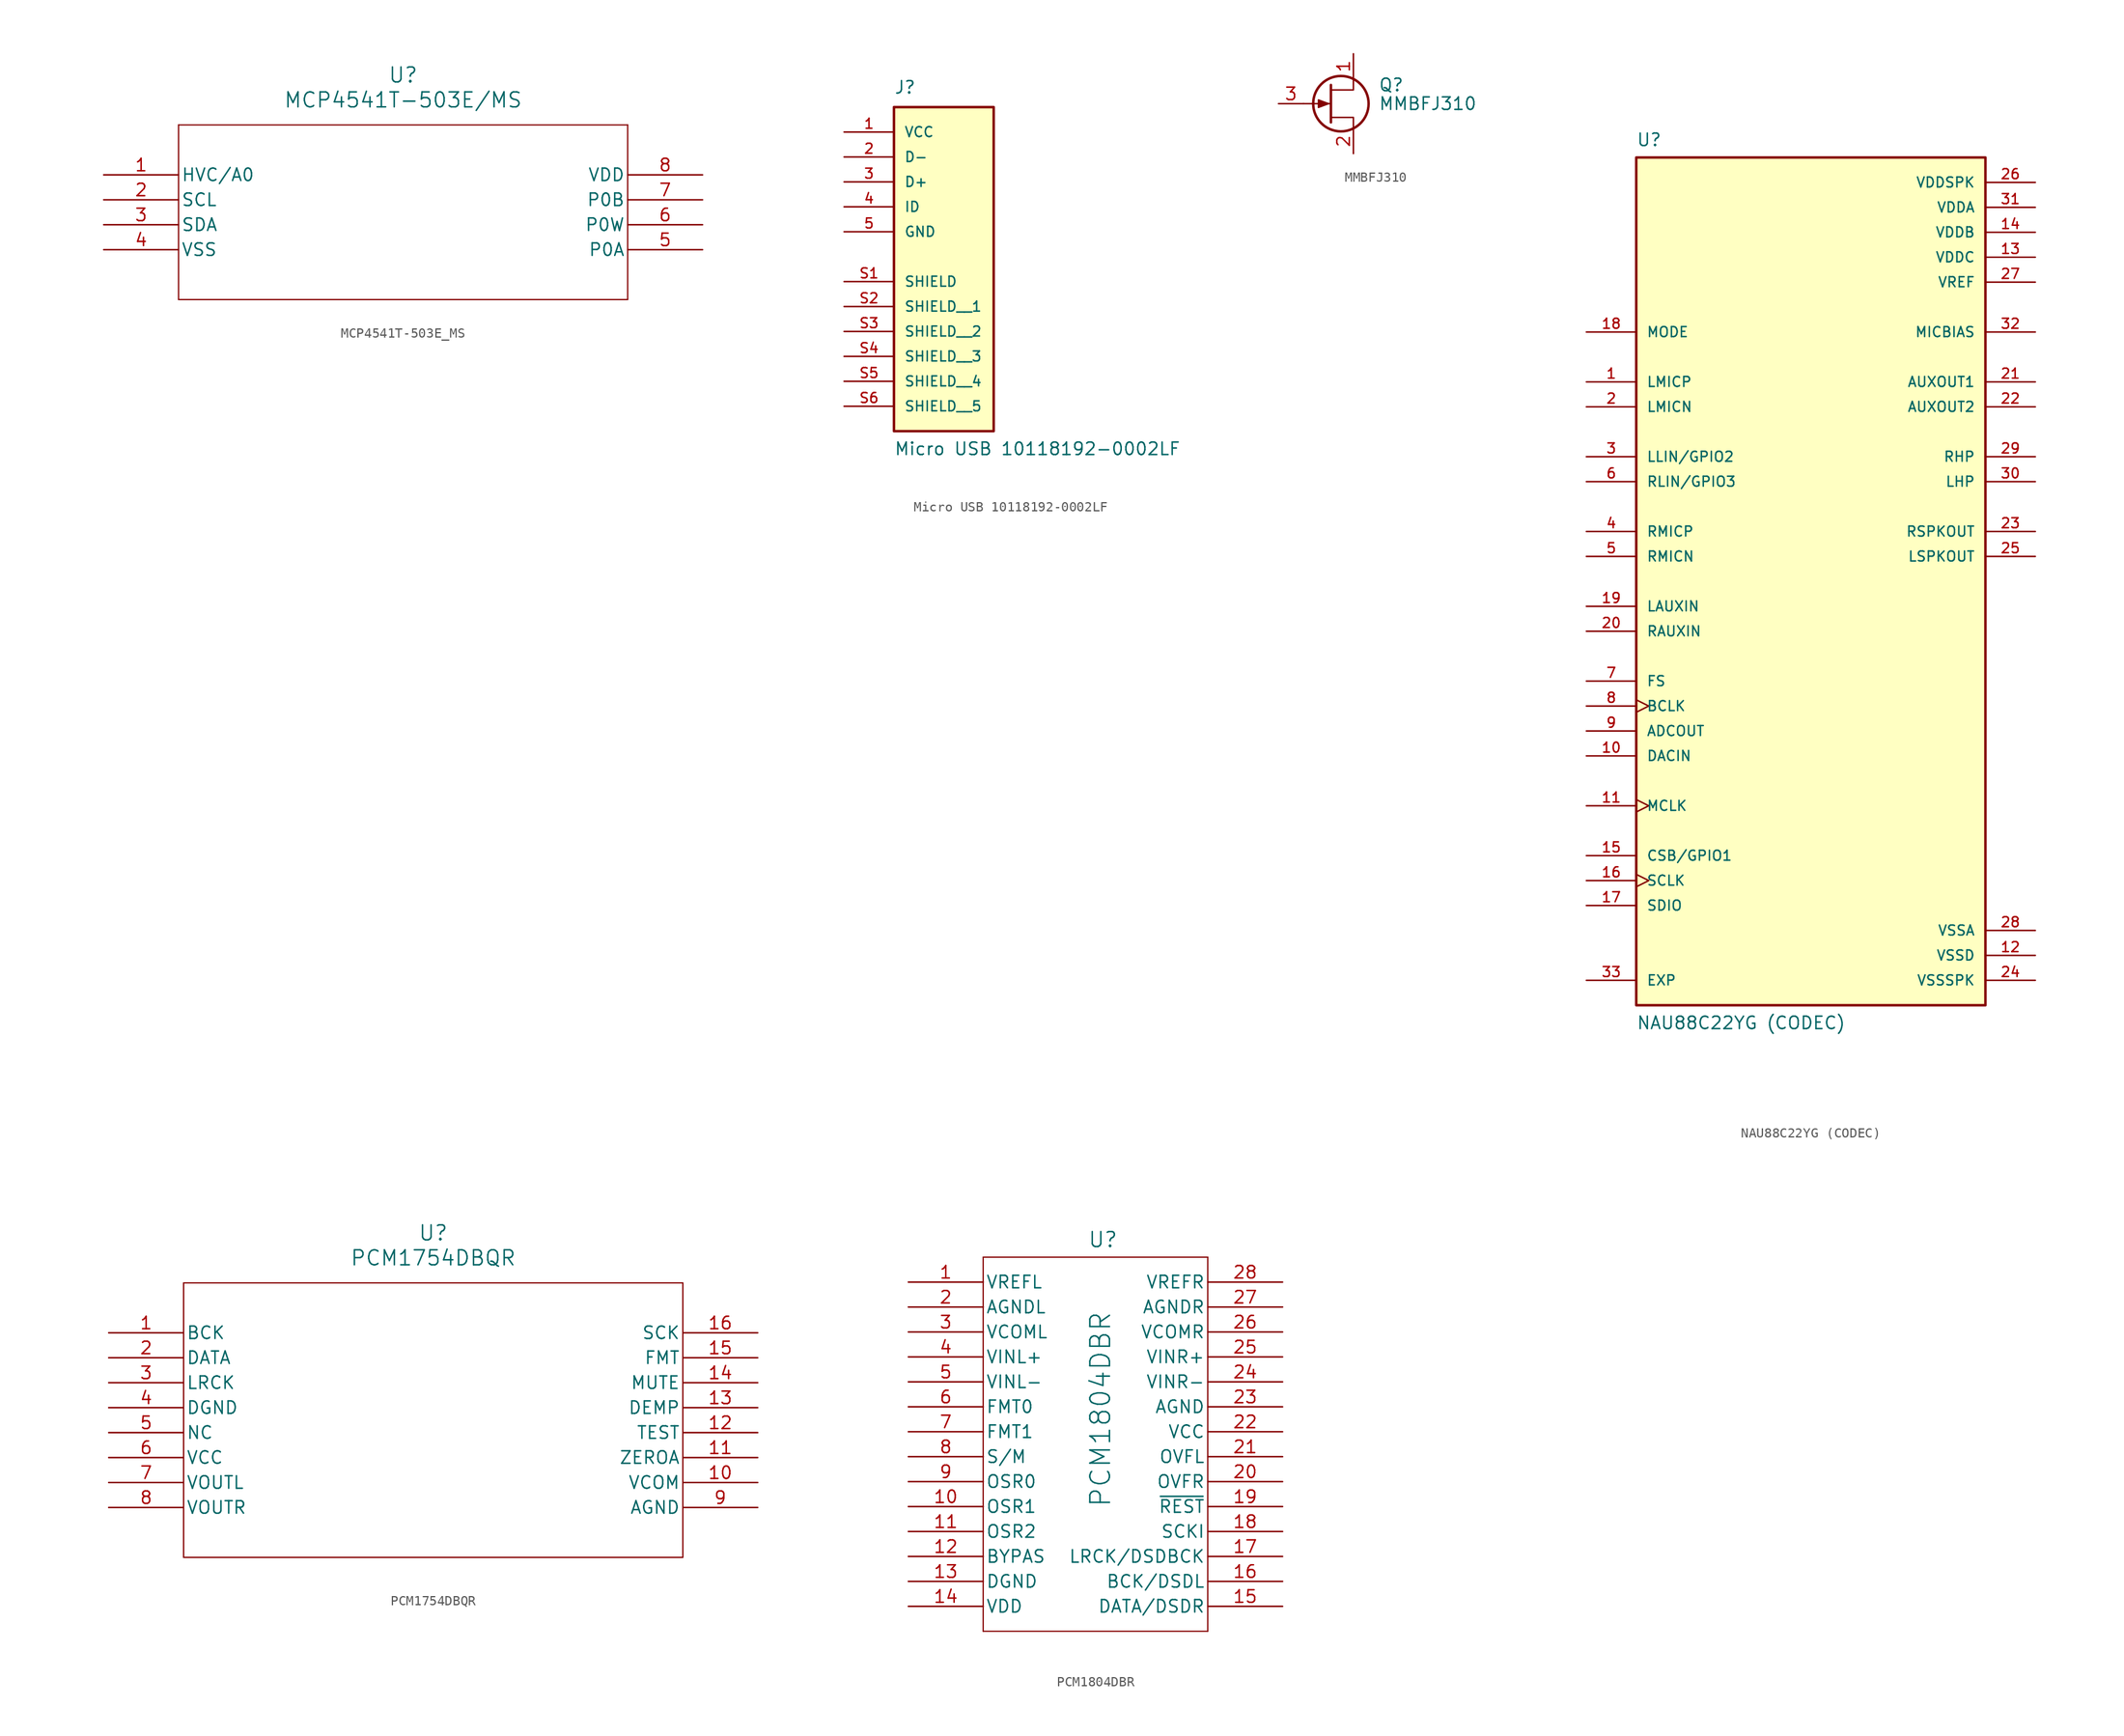
<source format=kicad_sym>
(kicad_symbol_lib
  (version 20241209)
  (generator "kicad_symbol_editor")
  (generator_version "9.0")
  (symbol "MCP4541T-503E_MS"
    (pin_names
      (offset 0.254))
    (property "Reference" "U"
      (at 30.48 10.16 0)
      (effects (font (size 1.524 1.524))))
    (property "Value" "MCP4541T-503E/MS"
      (at 30.48 7.62 0)
      (effects (font (size 1.524 1.524))))
    (property "ki_locked" ""
      (at 0 0 0)
      (effects (font (size 1.27 1.27))))
    (symbol "MCP4541T-503E_MS_0_1"
      (polyline (pts (xy 7.62 5.08) (xy 7.62 -12.7)) (stroke (width 0.127) (type default)) (fill (type none)))
      (polyline (pts (xy 7.62 -12.7) (xy 53.34 -12.7)) (stroke (width 0.127) (type default)) (fill (type none)))
      (polyline (pts (xy 53.34 5.08) (xy 7.62 5.08)) (stroke (width 0.127) (type default)) (fill (type none)))
      (polyline (pts (xy 53.34 -12.7) (xy 53.34 5.08)) (stroke (width 0.127) (type default)) (fill (type none)))
      (pin input line (at 0 0 0) (length 7.62) (name "HVC/A0" (effects (font (size 1.27 1.27)))) (number "1" (effects (font (size 1.27 1.27)))))
      (pin input line (at 0 -2.54 0) (length 7.62) (name "SCL" (effects (font (size 1.27 1.27)))) (number "2" (effects (font (size 1.27 1.27)))))
      (pin bidirectional line (at 0 -5.08 0) (length 7.62) (name "SDA" (effects (font (size 1.27 1.27)))) (number "3" (effects (font (size 1.27 1.27)))))
      (pin power_in line (at 0 -7.62 0) (length 7.62) (name "VSS" (effects (font (size 1.27 1.27)))) (number "4" (effects (font (size 1.27 1.27)))))
      (pin power_in line (at 60.96 0 180) (length 7.62) (name "VDD" (effects (font (size 1.27 1.27)))) (number "8" (effects (font (size 1.27 1.27)))))
      (pin unspecified line (at 60.96 -2.54 180) (length 7.62) (name "P0B" (effects (font (size 1.27 1.27)))) (number "7" (effects (font (size 1.27 1.27)))))
      (pin unspecified line (at 60.96 -5.08 180) (length 7.62) (name "P0W" (effects (font (size 1.27 1.27)))) (number "6" (effects (font (size 1.27 1.27)))))
      (pin unspecified line (at 60.96 -7.62 180) (length 7.62) (name "P0A" (effects (font (size 1.27 1.27)))) (number "5" (effects (font (size 1.27 1.27)))))))
  (symbol "Micro USB 10118192-0002LF"
    (pin_names
      (offset 1.016))
    (property "Reference" "J"
      (at -5.08 11.43 0)
      (effects (font (size 1.27 1.27)) (justify left bottom)))
    (property "Value" "Micro USB 10118192-0002LF"
      (at -5.08 -25.4 0)
      (effects (font (size 1.27 1.27)) (justify left bottom)))
    (symbol "Micro USB 10118192-0002LF_0_0"
      (rectangle (start -5.08 -22.86) (end 5.08 10.16) (stroke (width 0.254) (type default)) (fill (type background)))
      (pin power_in line (at -10.16 7.62 0) (length 5.08) (name "VCC" (effects (font (size 1.016 1.016)))) (number "1" (effects (font (size 1.016 1.016)))))
      (pin bidirectional line (at -10.16 5.08 0) (length 5.08) (name "D-" (effects (font (size 1.016 1.016)))) (number "2" (effects (font (size 1.016 1.016)))))
      (pin bidirectional line (at -10.16 2.54 0) (length 5.08) (name "D+" (effects (font (size 1.016 1.016)))) (number "3" (effects (font (size 1.016 1.016)))))
      (pin bidirectional line (at -10.16 0 0) (length 5.08) (name "ID" (effects (font (size 1.016 1.016)))) (number "4" (effects (font (size 1.016 1.016)))))
      (pin power_in line (at -10.16 -2.54 0) (length 5.08) (name "GND" (effects (font (size 1.016 1.016)))) (number "5" (effects (font (size 1.016 1.016)))))
      (pin passive line (at -10.16 -7.62 0) (length 5.08) (name "SHIELD" (effects (font (size 1.016 1.016)))) (number "S1" (effects (font (size 1.016 1.016)))))
      (pin passive line (at -10.16 -10.16 0) (length 5.08) (name "SHIELD__1" (effects (font (size 1.016 1.016)))) (number "S2" (effects (font (size 1.016 1.016)))))
      (pin passive line (at -10.16 -12.7 0) (length 5.08) (name "SHIELD__2" (effects (font (size 1.016 1.016)))) (number "S3" (effects (font (size 1.016 1.016)))))
      (pin passive line (at -10.16 -15.24 0) (length 5.08) (name "SHIELD__3" (effects (font (size 1.016 1.016)))) (number "S4" (effects (font (size 1.016 1.016)))))
      (pin passive line (at -10.16 -17.78 0) (length 5.08) (name "SHIELD__4" (effects (font (size 1.016 1.016)))) (number "S5" (effects (font (size 1.016 1.016)))))
      (pin passive line (at -10.16 -20.32 0) (length 5.08) (name "SHIELD__5" (effects (font (size 1.016 1.016)))) (number "S6" (effects (font (size 1.016 1.016)))))))
  (symbol "MMBFJ310"
    (pin_names
      (hide yes))
    (property "Reference" "Q"
      (at 5.08 1.905 0)
      (effects (font (size 1.27 1.27)) (justify left)))
    (property "Value" "MMBFJ310"
      (at 5.08 0 0)
      (effects (font (size 1.27 1.27)) (justify left)))
    (symbol "MMBFJ310_0_1"
      (polyline (pts (xy 0 0) (xy -1.016 0.381) (xy -1.016 -0.381) (xy 0 0)) (stroke (width 0) (type default)) (fill (type outline)))
      (polyline (pts (xy 0.254 1.905) (xy 0.254 -1.905)) (stroke (width 0.254) (type default)) (fill (type none)))
      (polyline (pts (xy 0.254 0) (xy -2.54 0)) (stroke (width 0) (type default)) (fill (type none)))
      (circle (center 1.27 0) (radius 2.819) (stroke (width 0.254) (type default)) (fill (type none)))
      (polyline (pts (xy 2.54 2.54) (xy 2.54 1.397) (xy 0.254 1.397)) (stroke (width 0) (type default)) (fill (type none)))
      (polyline (pts (xy 2.54 -2.54) (xy 2.54 -1.397) (xy 0.254 -1.397)) (stroke (width 0) (type default)) (fill (type none))))
    (symbol "MMBFJ310_1_1"
      (pin input line (at -5.08 0 0) (length 2.54) (name "G" (effects (font (size 1.27 1.27)))) (number "3" (effects (font (size 1.27 1.27)))))
      (pin passive line (at 2.54 5.08 270) (length 2.54) (name "D" (effects (font (size 1.27 1.27)))) (number "1" (effects (font (size 1.27 1.27)))))
      (pin passive line (at 2.54 -5.08 90) (length 2.54) (name "S" (effects (font (size 1.27 1.27)))) (number "2" (effects (font (size 1.27 1.27)))))))
  (symbol "NAU88C22YG (CODEC)"
    (pin_names
      (offset 1.016))
    (property "Reference" "U"
      (at -17.78 45.72 0)
      (effects (font (size 1.27 1.27)) (justify left top)))
    (property "Value" "NAU88C22YG (CODEC)"
      (at -17.78 -45.72 0)
      (effects (font (size 1.27 1.27)) (justify left bottom)))
    (symbol "NAU88C22YG (CODEC)_0_0"
      (rectangle (start -17.78 -43.18) (end 17.78 43.18) (stroke (width 0.254) (type default)) (fill (type background)))
      (pin input line (at -22.86 25.4 0) (length 5.08) (name "MODE" (effects (font (size 1.016 1.016)))) (number "18" (effects (font (size 1.016 1.016)))))
      (pin input line (at -22.86 20.32 0) (length 5.08) (name "LMICP" (effects (font (size 1.016 1.016)))) (number "1" (effects (font (size 1.016 1.016)))))
      (pin input line (at -22.86 17.78 0) (length 5.08) (name "LMICN" (effects (font (size 1.016 1.016)))) (number "2" (effects (font (size 1.016 1.016)))))
      (pin bidirectional line (at -22.86 12.7 0) (length 5.08) (name "LLIN/GPIO2" (effects (font (size 1.016 1.016)))) (number "3" (effects (font (size 1.016 1.016)))))
      (pin bidirectional line (at -22.86 10.16 0) (length 5.08) (name "RLIN/GPIO3" (effects (font (size 1.016 1.016)))) (number "6" (effects (font (size 1.016 1.016)))))
      (pin input line (at -22.86 5.08 0) (length 5.08) (name "RMICP" (effects (font (size 1.016 1.016)))) (number "4" (effects (font (size 1.016 1.016)))))
      (pin input line (at -22.86 2.54 0) (length 5.08) (name "RMICN" (effects (font (size 1.016 1.016)))) (number "5" (effects (font (size 1.016 1.016)))))
      (pin input line (at -22.86 -2.54 0) (length 5.08) (name "LAUXIN" (effects (font (size 1.016 1.016)))) (number "19" (effects (font (size 1.016 1.016)))))
      (pin input line (at -22.86 -5.08 0) (length 5.08) (name "RAUXIN" (effects (font (size 1.016 1.016)))) (number "20" (effects (font (size 1.016 1.016)))))
      (pin bidirectional line (at -22.86 -10.16 0) (length 5.08) (name "FS" (effects (font (size 1.016 1.016)))) (number "7" (effects (font (size 1.016 1.016)))))
      (pin bidirectional clock (at -22.86 -12.7 0) (length 5.08) (name "BCLK" (effects (font (size 1.016 1.016)))) (number "8" (effects (font (size 1.016 1.016)))))
      (pin output line (at -22.86 -15.24 0) (length 5.08) (name "ADCOUT" (effects (font (size 1.016 1.016)))) (number "9" (effects (font (size 1.016 1.016)))))
      (pin input line (at -22.86 -17.78 0) (length 5.08) (name "DACIN" (effects (font (size 1.016 1.016)))) (number "10" (effects (font (size 1.016 1.016)))))
      (pin input clock (at -22.86 -22.86 0) (length 5.08) (name "MCLK" (effects (font (size 1.016 1.016)))) (number "11" (effects (font (size 1.016 1.016)))))
      (pin bidirectional line (at -22.86 -27.94 0) (length 5.08) (name "CSB/GPIO1" (effects (font (size 1.016 1.016)))) (number "15" (effects (font (size 1.016 1.016)))))
      (pin input clock (at -22.86 -30.48 0) (length 5.08) (name "SCLK" (effects (font (size 1.016 1.016)))) (number "16" (effects (font (size 1.016 1.016)))))
      (pin bidirectional line (at -22.86 -33.02 0) (length 5.08) (name "SDIO" (effects (font (size 1.016 1.016)))) (number "17" (effects (font (size 1.016 1.016)))))
      (pin passive line (at -22.86 -40.64 0) (length 5.08) (name "EXP" (effects (font (size 1.016 1.016)))) (number "33" (effects (font (size 1.016 1.016)))))
      (pin power_in line (at 22.86 40.64 180) (length 5.08) (name "VDDSPK" (effects (font (size 1.016 1.016)))) (number "26" (effects (font (size 1.016 1.016)))))
      (pin power_in line (at 22.86 38.1 180) (length 5.08) (name "VDDA" (effects (font (size 1.016 1.016)))) (number "31" (effects (font (size 1.016 1.016)))))
      (pin power_in line (at 22.86 35.56 180) (length 5.08) (name "VDDB" (effects (font (size 1.016 1.016)))) (number "14" (effects (font (size 1.016 1.016)))))
      (pin power_in line (at 22.86 33.02 180) (length 5.08) (name "VDDC" (effects (font (size 1.016 1.016)))) (number "13" (effects (font (size 1.016 1.016)))))
      (pin power_in line (at 22.86 30.48 180) (length 5.08) (name "VREF" (effects (font (size 1.016 1.016)))) (number "27" (effects (font (size 1.016 1.016)))))
      (pin output line (at 22.86 25.4 180) (length 5.08) (name "MICBIAS" (effects (font (size 1.016 1.016)))) (number "32" (effects (font (size 1.016 1.016)))))
      (pin output line (at 22.86 20.32 180) (length 5.08) (name "AUXOUT1" (effects (font (size 1.016 1.016)))) (number "21" (effects (font (size 1.016 1.016)))))
      (pin output line (at 22.86 17.78 180) (length 5.08) (name "AUXOUT2" (effects (font (size 1.016 1.016)))) (number "22" (effects (font (size 1.016 1.016)))))
      (pin output line (at 22.86 12.7 180) (length 5.08) (name "RHP" (effects (font (size 1.016 1.016)))) (number "29" (effects (font (size 1.016 1.016)))))
      (pin output line (at 22.86 10.16 180) (length 5.08) (name "LHP" (effects (font (size 1.016 1.016)))) (number "30" (effects (font (size 1.016 1.016)))))
      (pin output line (at 22.86 5.08 180) (length 5.08) (name "RSPKOUT" (effects (font (size 1.016 1.016)))) (number "23" (effects (font (size 1.016 1.016)))))
      (pin output line (at 22.86 2.54 180) (length 5.08) (name "LSPKOUT" (effects (font (size 1.016 1.016)))) (number "25" (effects (font (size 1.016 1.016)))))
      (pin power_in line (at 22.86 -35.56 180) (length 5.08) (name "VSSA" (effects (font (size 1.016 1.016)))) (number "28" (effects (font (size 1.016 1.016)))))
      (pin power_in line (at 22.86 -38.1 180) (length 5.08) (name "VSSD" (effects (font (size 1.016 1.016)))) (number "12" (effects (font (size 1.016 1.016)))))
      (pin power_in line (at 22.86 -40.64 180) (length 5.08) (name "VSSSPK" (effects (font (size 1.016 1.016)))) (number "24" (effects (font (size 1.016 1.016)))))))
  (symbol "PCM1754DBQR"
    (pin_names
      (offset 0.254))
    (property "Reference" "U"
      (at 33.02 10.16 0)
      (effects (font (size 1.524 1.524))))
    (property "Value" "PCM1754DBQR"
      (at 33.02 7.62 0)
      (effects (font (size 1.524 1.524))))
    (property "ki_locked" ""
      (at 0 0 0)
      (effects (font (size 1.27 1.27))))
    (symbol "PCM1754DBQR_0_1"
      (polyline (pts (xy 7.62 5.08) (xy 7.62 -22.86)) (stroke (width 0.127) (type default)) (fill (type none)))
      (polyline (pts (xy 7.62 -22.86) (xy 58.42 -22.86)) (stroke (width 0.127) (type default)) (fill (type none)))
      (polyline (pts (xy 58.42 5.08) (xy 7.62 5.08)) (stroke (width 0.127) (type default)) (fill (type none)))
      (polyline (pts (xy 58.42 -22.86) (xy 58.42 5.08)) (stroke (width 0.127) (type default)) (fill (type none)))
      (pin input line (at 0 0 0) (length 7.62) (name "BCK" (effects (font (size 1.27 1.27)))) (number "1" (effects (font (size 1.27 1.27)))))
      (pin input line (at 0 -2.54 0) (length 7.62) (name "DATA" (effects (font (size 1.27 1.27)))) (number "2" (effects (font (size 1.27 1.27)))))
      (pin input line (at 0 -5.08 0) (length 7.62) (name "LRCK" (effects (font (size 1.27 1.27)))) (number "3" (effects (font (size 1.27 1.27)))))
      (pin power_in line (at 0 -7.62 0) (length 7.62) (name "DGND" (effects (font (size 1.27 1.27)))) (number "4" (effects (font (size 1.27 1.27)))))
      (pin unspecified line (at 0 -10.16 0) (length 7.62) (name "NC" (effects (font (size 1.27 1.27)))) (number "5" (effects (font (size 1.27 1.27)))))
      (pin power_in line (at 0 -12.7 0) (length 7.62) (name "VCC" (effects (font (size 1.27 1.27)))) (number "6" (effects (font (size 1.27 1.27)))))
      (pin output line (at 0 -15.24 0) (length 7.62) (name "VOUTL" (effects (font (size 1.27 1.27)))) (number "7" (effects (font (size 1.27 1.27)))))
      (pin output line (at 0 -17.78 0) (length 7.62) (name "VOUTR" (effects (font (size 1.27 1.27)))) (number "8" (effects (font (size 1.27 1.27)))))
      (pin input line (at 66.04 0 180) (length 7.62) (name "SCK" (effects (font (size 1.27 1.27)))) (number "16" (effects (font (size 1.27 1.27)))))
      (pin input line (at 66.04 -2.54 180) (length 7.62) (name "FMT" (effects (font (size 1.27 1.27)))) (number "15" (effects (font (size 1.27 1.27)))))
      (pin input line (at 66.04 -5.08 180) (length 7.62) (name "MUTE" (effects (font (size 1.27 1.27)))) (number "14" (effects (font (size 1.27 1.27)))))
      (pin input line (at 66.04 -7.62 180) (length 7.62) (name "DEMP" (effects (font (size 1.27 1.27)))) (number "13" (effects (font (size 1.27 1.27)))))
      (pin input line (at 66.04 -10.16 180) (length 7.62) (name "TEST" (effects (font (size 1.27 1.27)))) (number "12" (effects (font (size 1.27 1.27)))))
      (pin output line (at 66.04 -12.7 180) (length 7.62) (name "ZEROA" (effects (font (size 1.27 1.27)))) (number "11" (effects (font (size 1.27 1.27)))))
      (pin power_in line (at 66.04 -15.24 180) (length 7.62) (name "VCOM" (effects (font (size 1.27 1.27)))) (number "10" (effects (font (size 1.27 1.27)))))
      (pin power_in line (at 66.04 -17.78 180) (length 7.62) (name "AGND" (effects (font (size 1.27 1.27)))) (number "9" (effects (font (size 1.27 1.27)))))))
  (symbol "PCM1804DBR"
    (pin_names
      (offset 0.254))
    (property "Reference" "U"
      (at 19.812 4.318 0)
      (effects (font (size 1.524 1.524))))
    (property "Value" "PCM1804DBR"
      (at 19.558 -12.954 90)
      (effects (font (size 2 2))))
    (symbol "PCM1804DBR_0_1"
      (polyline (pts (xy 7.62 2.54) (xy 7.62 -35.56)) (stroke (width 0.127) (type default)) (fill (type none)))
      (polyline (pts (xy 7.62 -35.56) (xy 30.48 -35.56)) (stroke (width 0.127) (type default)) (fill (type none)))
      (polyline (pts (xy 30.48 2.54) (xy 7.62 2.54)) (stroke (width 0.127) (type default)) (fill (type none)))
      (polyline (pts (xy 30.48 -35.56) (xy 30.48 2.54)) (stroke (width 0.127) (type default)) (fill (type none)))
      (pin power_in line (at 0 0 0) (length 7.62) (name "VREFL" (effects (font (size 1.27 1.27)))) (number "1" (effects (font (size 1.27 1.27)))))
      (pin power_in line (at 0 -2.54 0) (length 7.62) (name "AGNDL" (effects (font (size 1.27 1.27)))) (number "2" (effects (font (size 1.27 1.27)))))
      (pin power_in line (at 0 -5.08 0) (length 7.62) (name "VCOML" (effects (font (size 1.27 1.27)))) (number "3" (effects (font (size 1.27 1.27)))))
      (pin input line (at 0 -7.62 0) (length 7.62) (name "VINL+" (effects (font (size 1.27 1.27)))) (number "4" (effects (font (size 1.27 1.27)))))
      (pin input line (at 0 -10.16 0) (length 7.62) (name "VINL-" (effects (font (size 1.27 1.27)))) (number "5" (effects (font (size 1.27 1.27)))))
      (pin input line (at 0 -12.7 0) (length 7.62) (name "FMT0" (effects (font (size 1.27 1.27)))) (number "6" (effects (font (size 1.27 1.27)))))
      (pin input line (at 0 -15.24 0) (length 7.62) (name "FMT1" (effects (font (size 1.27 1.27)))) (number "7" (effects (font (size 1.27 1.27)))))
      (pin input line (at 0 -17.78 0) (length 7.62) (name "S/M" (effects (font (size 1.27 1.27)))) (number "8" (effects (font (size 1.27 1.27)))))
      (pin input line (at 0 -20.32 0) (length 7.62) (name "OSR0" (effects (font (size 1.27 1.27)))) (number "9" (effects (font (size 1.27 1.27)))))
      (pin input line (at 0 -22.86 0) (length 7.62) (name "OSR1" (effects (font (size 1.27 1.27)))) (number "10" (effects (font (size 1.27 1.27)))))
      (pin input line (at 0 -25.4 0) (length 7.62) (name "OSR2" (effects (font (size 1.27 1.27)))) (number "11" (effects (font (size 1.27 1.27)))))
      (pin input line (at 0 -27.94 0) (length 7.62) (name "BYPAS" (effects (font (size 1.27 1.27)))) (number "12" (effects (font (size 1.27 1.27)))))
      (pin power_in line (at 0 -30.48 0) (length 7.62) (name "DGND" (effects (font (size 1.27 1.27)))) (number "13" (effects (font (size 1.27 1.27)))))
      (pin power_in line (at 0 -33.02 0) (length 7.62) (name "VDD" (effects (font (size 1.27 1.27)))) (number "14" (effects (font (size 1.27 1.27)))))
      (pin power_in line (at 38.1 0 180) (length 7.62) (name "VREFR" (effects (font (size 1.27 1.27)))) (number "28" (effects (font (size 1.27 1.27)))))
      (pin power_in line (at 38.1 -2.54 180) (length 7.62) (name "AGNDR" (effects (font (size 1.27 1.27)))) (number "27" (effects (font (size 1.27 1.27)))))
      (pin power_in line (at 38.1 -5.08 180) (length 7.62) (name "VCOMR" (effects (font (size 1.27 1.27)))) (number "26" (effects (font (size 1.27 1.27)))))
      (pin input line (at 38.1 -7.62 180) (length 7.62) (name "VINR+" (effects (font (size 1.27 1.27)))) (number "25" (effects (font (size 1.27 1.27)))))
      (pin input line (at 38.1 -10.16 180) (length 7.62) (name "VINR-" (effects (font (size 1.27 1.27)))) (number "24" (effects (font (size 1.27 1.27)))))
      (pin power_in line (at 38.1 -12.7 180) (length 7.62) (name "AGND" (effects (font (size 1.27 1.27)))) (number "23" (effects (font (size 1.27 1.27)))))
      (pin power_in line (at 38.1 -15.24 180) (length 7.62) (name "VCC" (effects (font (size 1.27 1.27)))) (number "22" (effects (font (size 1.27 1.27)))))
      (pin output line (at 38.1 -17.78 180) (length 7.62) (name "OVFL" (effects (font (size 1.27 1.27)))) (number "21" (effects (font (size 1.27 1.27)))))
      (pin output line (at 38.1 -20.32 180) (length 7.62) (name "OVFR" (effects (font (size 1.27 1.27)))) (number "20" (effects (font (size 1.27 1.27)))))
      (pin input line (at 38.1 -25.4 180) (length 7.62) (name "SCKI" (effects (font (size 1.27 1.27)))) (number "18" (effects (font (size 1.27 1.27)))))
      (pin bidirectional line (at 38.1 -27.94 180) (length 7.62) (name "LRCK/DSDBCK" (effects (font (size 1.27 1.27)))) (number "17" (effects (font (size 1.27 1.27)))))
      (pin bidirectional line (at 38.1 -30.48 180) (length 7.62) (name "BCK/DSDL" (effects (font (size 1.27 1.27)))) (number "16" (effects (font (size 1.27 1.27)))))
      (pin output line (at 38.1 -33.02 180) (length 7.62) (name "DATA/DSDR" (effects (font (size 1.27 1.27)))) (number "15" (effects (font (size 1.27 1.27))))))
    (symbol "PCM1804DBR_1_1"
      (pin input line (at 38.1 -22.86 180) (length 7.62) (name "~{REST}" (effects (font (size 1.27 1.27)))) (number "19" (effects (font (size 1.27 1.27))))))))
</source>
